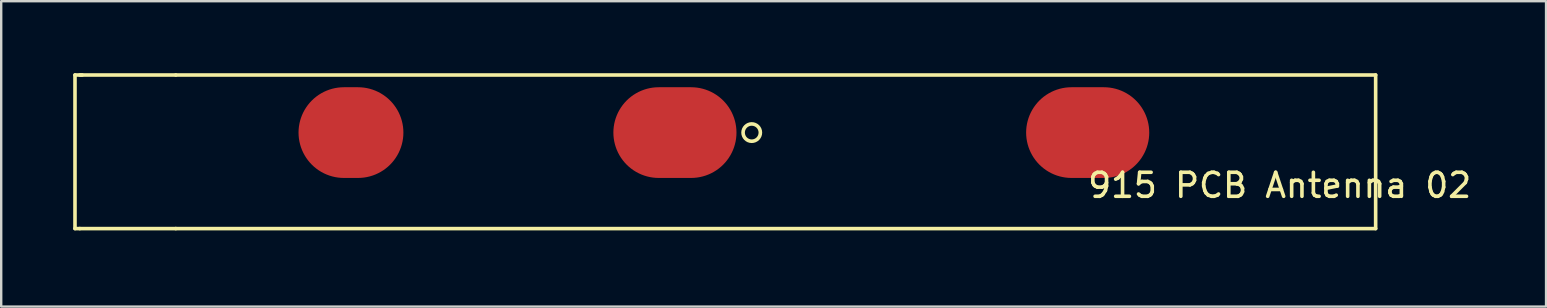
<source format=kicad_pcb>
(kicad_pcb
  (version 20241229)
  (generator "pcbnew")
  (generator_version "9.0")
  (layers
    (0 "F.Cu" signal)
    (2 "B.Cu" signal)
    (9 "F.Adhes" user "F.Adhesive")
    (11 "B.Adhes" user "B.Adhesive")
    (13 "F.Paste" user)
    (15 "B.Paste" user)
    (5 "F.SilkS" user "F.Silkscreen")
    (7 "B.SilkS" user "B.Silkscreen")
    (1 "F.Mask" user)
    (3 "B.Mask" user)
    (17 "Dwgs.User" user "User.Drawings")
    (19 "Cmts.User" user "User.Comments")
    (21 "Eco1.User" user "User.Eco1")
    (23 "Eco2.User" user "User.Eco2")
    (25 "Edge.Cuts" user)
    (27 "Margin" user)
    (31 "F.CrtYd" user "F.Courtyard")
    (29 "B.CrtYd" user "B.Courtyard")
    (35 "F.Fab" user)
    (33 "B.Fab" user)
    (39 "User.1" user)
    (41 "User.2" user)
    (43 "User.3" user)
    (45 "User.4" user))
  (footprint "915 PCB Antenna 02"
    (layer "F.Cu")
    (at 54.275 6.475)
    (property "Reference" "915 PCB Antenna 02" (at -4 -1.8 0) (layer "F.SilkS") (effects (font (size 1 1) (thickness 0.15))))
    (attr through_hole)
    (fp_line (start -54.2 -6.4) (end -54.2 0) (stroke (width 0.15) (type solid)) (layer "F.SilkS"))
    (fp_line (start -54 0) (end -54.2 0) (stroke (width 0.15) (type solid)) (layer "F.SilkS"))
    (fp_line (start -54 0) (end -50 0) (stroke (width 0.15) (type solid)) (layer "F.SilkS"))
    (fp_line (start -53.9 -6.4) (end -54.2 -6.4) (stroke (width 0.15) (type solid)) (layer "F.SilkS"))
    (fp_line (start -50 -6.4) (end -54 -6.4) (stroke (width 0.15) (type solid)) (layer "F.SilkS"))
    (fp_line (start 0 -6.4) (end -50 -6.4) (stroke (width 0.15) (type solid)) (layer "F.SilkS"))
    (fp_line (start 0 -6.4) (end 0 0) (stroke (width 0.15) (type solid)) (layer "F.SilkS"))
    (fp_line (start 0 0) (end -50 0) (stroke (width 0.15) (type solid)) (layer "F.SilkS"))
    (fp_circle (center -26 -4) (end -25.8 -3.7) (stroke (width 0.15) (type solid)) (fill no) (layer "F.SilkS"))
    (pad "1" smd oval (at -29.2 -4) (size 5.13 3.78) (layers "F.Cu" "F.Mask" "F.Paste"))
    (pad "2" smd oval (at -42.7 -4) (size 4.37 3.78) (layers "F.Cu" "F.Mask" "F.Paste"))
    (pad "3" smd oval (at -12 -4) (size 5.13 3.78) (layers "F.Cu" "F.Mask" "F.Paste")))
  (gr_rect
    (start -3 -3)
    (end 61.376 9.725)
    (stroke (width 0.1) (type default))
    (fill no)
    (layer "Edge.Cuts")))
</source>
